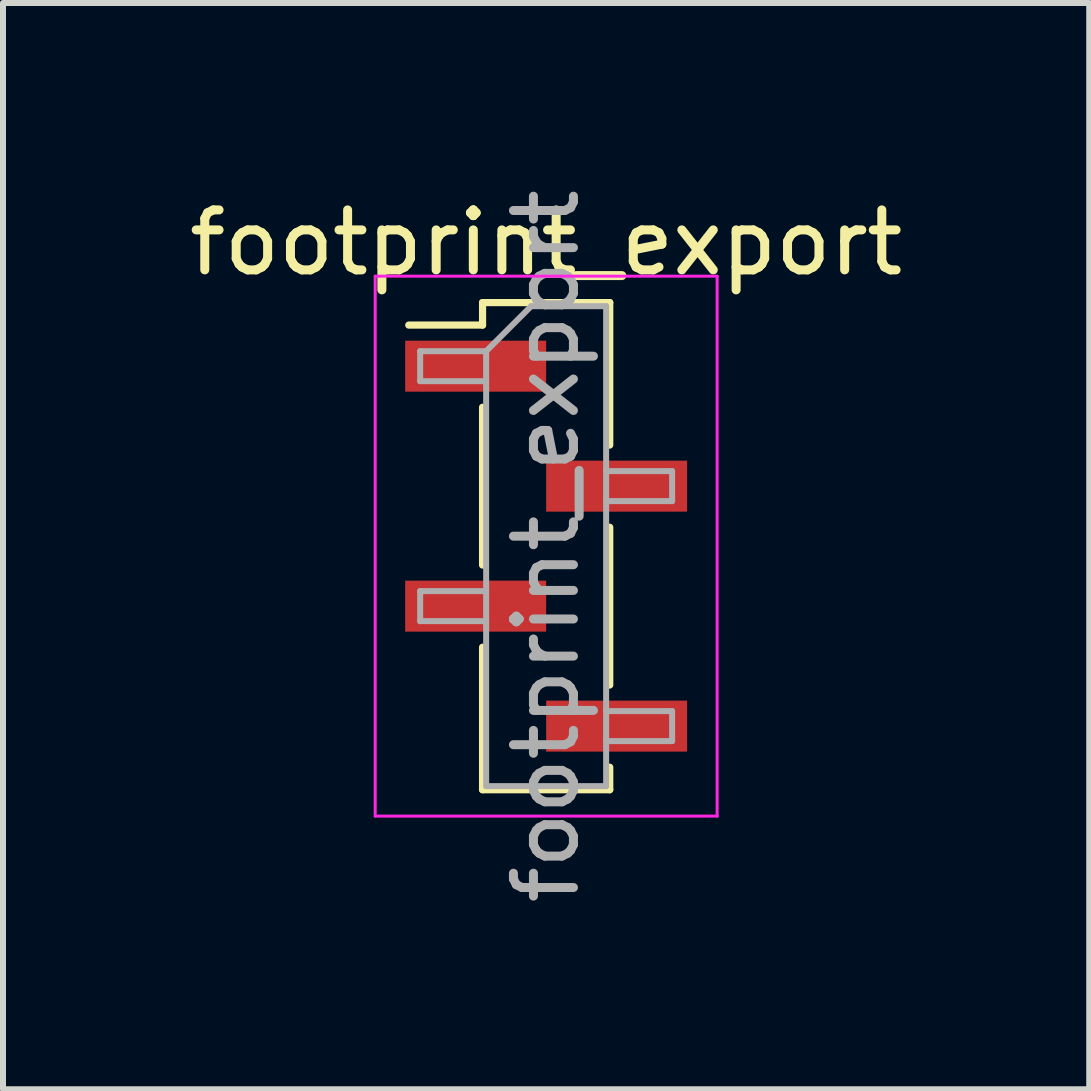
<source format=kicad_pcb>
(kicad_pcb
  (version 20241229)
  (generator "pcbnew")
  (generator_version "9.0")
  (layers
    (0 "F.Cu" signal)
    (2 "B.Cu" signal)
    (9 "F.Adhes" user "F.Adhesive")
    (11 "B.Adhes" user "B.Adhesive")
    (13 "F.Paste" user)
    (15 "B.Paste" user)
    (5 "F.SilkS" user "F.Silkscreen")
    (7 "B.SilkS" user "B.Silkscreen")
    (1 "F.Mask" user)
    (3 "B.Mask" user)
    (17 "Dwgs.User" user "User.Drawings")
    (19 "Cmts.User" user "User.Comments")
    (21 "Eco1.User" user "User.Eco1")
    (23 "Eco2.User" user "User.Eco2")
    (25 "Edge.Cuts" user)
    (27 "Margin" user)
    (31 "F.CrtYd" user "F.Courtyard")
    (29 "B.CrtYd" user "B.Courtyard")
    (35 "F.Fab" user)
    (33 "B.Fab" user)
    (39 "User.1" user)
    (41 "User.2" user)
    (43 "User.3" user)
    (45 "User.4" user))
  (footprint "footprint_export"
    (layer "F.Cu")
    (at 6.054 6.054)
    (property "Reference" "footprint_export" (at 0 -5.06 0) (layer "F.SilkS") (effects (font (size 1 1) (thickness 0.15))))
    (attr smd)
    (fp_line (start -1.06 -4.06) (end -1.06 -3.685) (stroke (width 0.12) (type solid)) (layer "F.SilkS"))
    (fp_line (start -1.06 -4.06) (end 1.06 -4.06) (stroke (width 0.12) (type solid)) (layer "F.SilkS"))
    (fp_line (start -1.06 -3.685) (end -2.29 -3.685) (stroke (width 0.12) (type solid)) (layer "F.SilkS"))
    (fp_line (start -1.06 -2.315) (end -1.06 0.315) (stroke (width 0.12) (type solid)) (layer "F.SilkS"))
    (fp_line (start -1.06 1.685) (end -1.06 4.06) (stroke (width 0.12) (type solid)) (layer "F.SilkS"))
    (fp_line (start -1.06 4.06) (end 1.06 4.06) (stroke (width 0.12) (type solid)) (layer "F.SilkS"))
    (fp_line (start 1.06 -4.06) (end 1.06 -1.685) (stroke (width 0.12) (type solid)) (layer "F.SilkS"))
    (fp_line (start 1.06 -0.315) (end 1.06 2.315) (stroke (width 0.12) (type solid)) (layer "F.SilkS"))
    (fp_line (start 1.06 3.685) (end 1.06 4.06) (stroke (width 0.12) (type solid)) (layer "F.SilkS"))
    (fp_line (start -2.85 -4.5) (end -2.85 4.5) (stroke (width 0.05) (type solid)) (layer "F.CrtYd"))
    (fp_line (start -2.85 4.5) (end 2.85 4.5) (stroke (width 0.05) (type solid)) (layer "F.CrtYd"))
    (fp_line (start 2.85 -4.5) (end -2.85 -4.5) (stroke (width 0.05) (type solid)) (layer "F.CrtYd"))
    (fp_line (start 2.85 4.5) (end 2.85 -4.5) (stroke (width 0.05) (type solid)) (layer "F.CrtYd"))
    (fp_line (start -2.1 -3.25) (end -2.1 -2.75) (stroke (width 0.1) (type solid)) (layer "F.Fab"))
    (fp_line (start -2.1 -2.75) (end -1 -2.75) (stroke (width 0.1) (type solid)) (layer "F.Fab"))
    (fp_line (start -2.1 0.75) (end -2.1 1.25) (stroke (width 0.1) (type solid)) (layer "F.Fab"))
    (fp_line (start -2.1 1.25) (end -1 1.25) (stroke (width 0.1) (type solid)) (layer "F.Fab"))
    (fp_line (start -1 -3.25) (end -2.1 -3.25) (stroke (width 0.1) (type solid)) (layer "F.Fab"))
    (fp_line (start -1 -3.25) (end -0.25 -4) (stroke (width 0.1) (type solid)) (layer "F.Fab"))
    (fp_line (start -1 0.75) (end -2.1 0.75) (stroke (width 0.1) (type solid)) (layer "F.Fab"))
    (fp_line (start -1 4) (end -1 -3.25) (stroke (width 0.1) (type solid)) (layer "F.Fab"))
    (fp_line (start -0.25 -4) (end 1 -4) (stroke (width 0.1) (type solid)) (layer "F.Fab"))
    (fp_line (start 1 -4) (end 1 4) (stroke (width 0.1) (type solid)) (layer "F.Fab"))
    (fp_line (start 1 -1.25) (end 2.1 -1.25) (stroke (width 0.1) (type solid)) (layer "F.Fab"))
    (fp_line (start 1 2.75) (end 2.1 2.75) (stroke (width 0.1) (type solid)) (layer "F.Fab"))
    (fp_line (start 1 4) (end -1 4) (stroke (width 0.1) (type solid)) (layer "F.Fab"))
    (fp_line (start 2.1 -1.25) (end 2.1 -0.75) (stroke (width 0.1) (type solid)) (layer "F.Fab"))
    (fp_line (start 2.1 -0.75) (end 1 -0.75) (stroke (width 0.1) (type solid)) (layer "F.Fab"))
    (fp_line (start 2.1 2.75) (end 2.1 3.25) (stroke (width 0.1) (type solid)) (layer "F.Fab"))
    (fp_line (start 2.1 3.25) (end 1 3.25) (stroke (width 0.1) (type solid)) (layer "F.Fab"))
    (fp_text user "${REFERENCE}" (at 0 0 90) (layer "F.Fab") (effects (font (size 1 1) (thickness 0.15))))
    (pad "1" smd rect (at -1.175 -3) (size 2.35 0.85) (layers "F.Cu" "F.Mask" "F.Paste"))
    (pad "2" smd rect (at 1.175 -1) (size 2.35 0.85) (layers "F.Cu" "F.Mask" "F.Paste"))
    (pad "3" smd rect (at -1.175 1) (size 2.35 0.85) (layers "F.Cu" "F.Mask" "F.Paste"))
    (pad "4" smd rect (at 1.175 3) (size 2.35 0.85) (layers "F.Cu" "F.Mask" "F.Paste")))
  (gr_rect
    (start -3 -3)
    (end 15.107 15.107)
    (stroke (width 0.1) (type default))
    (fill no)
    (layer "Edge.Cuts")))
</source>
